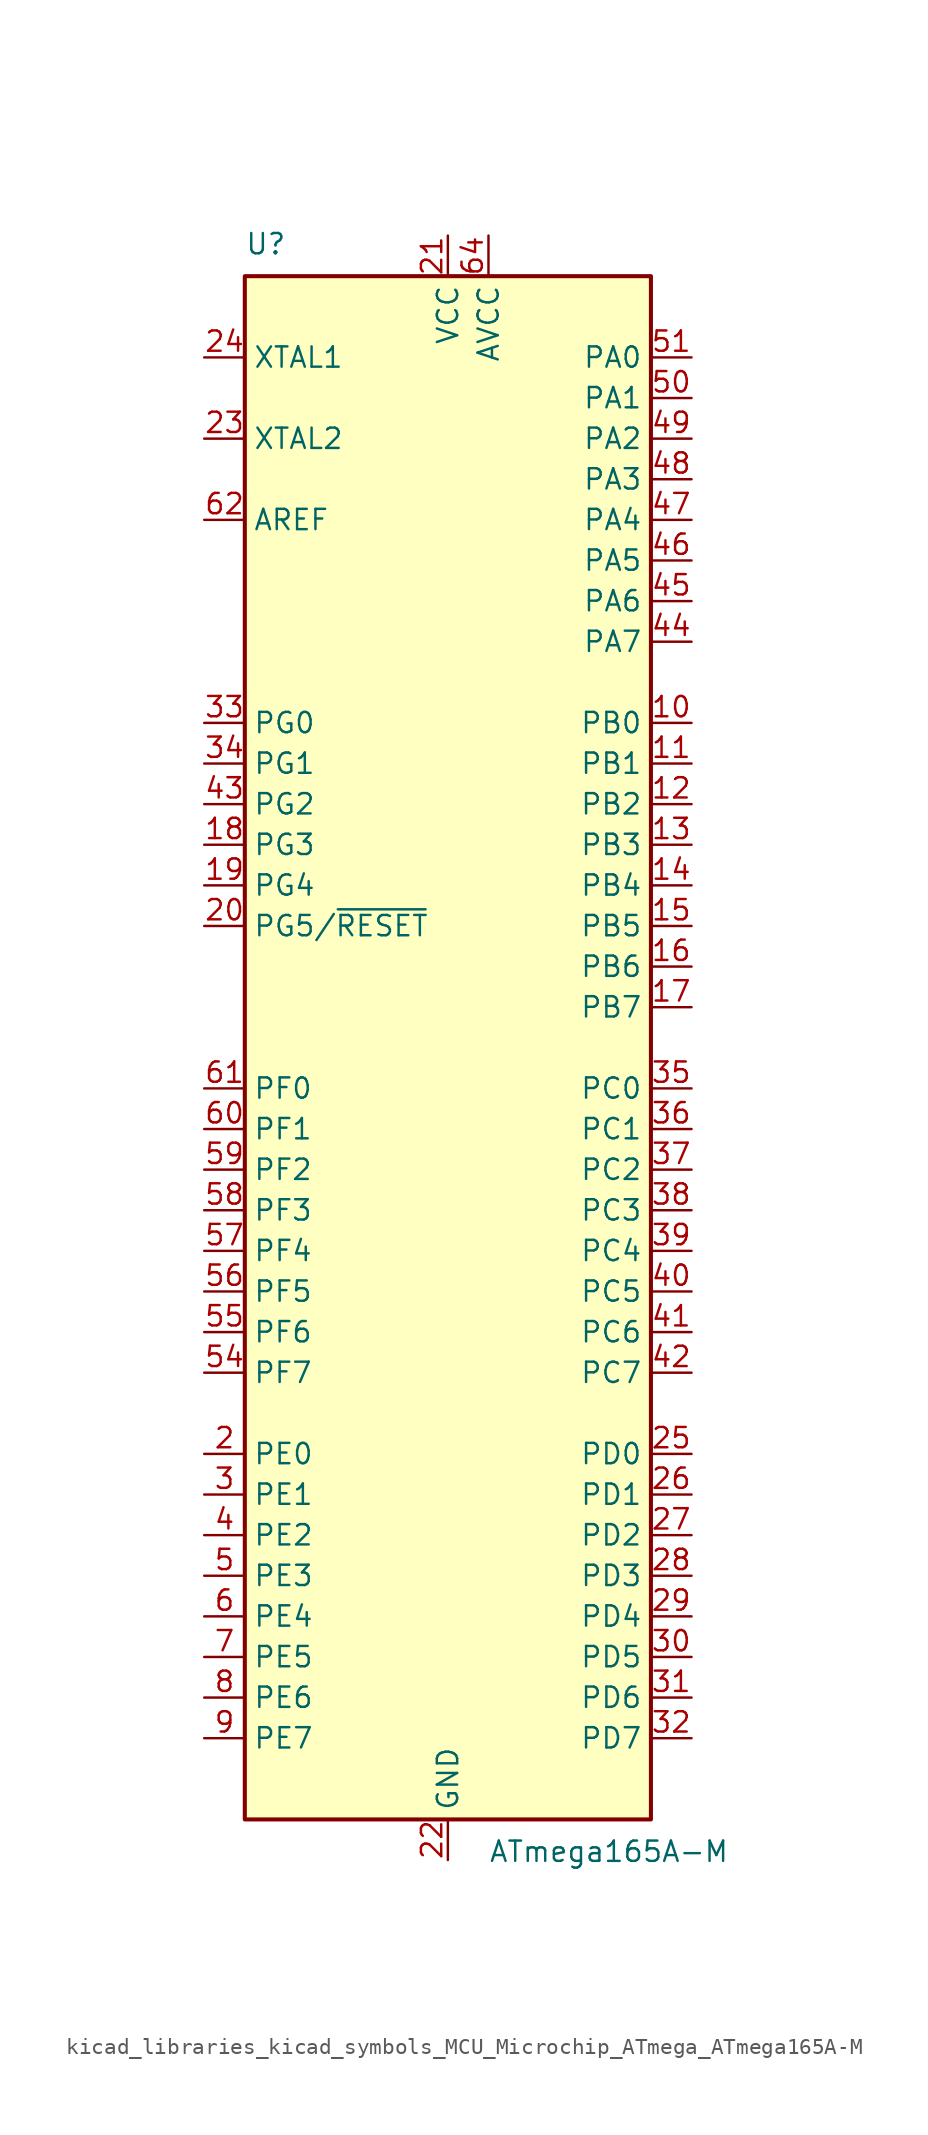
<source format=kicad_sym>
(kicad_symbol_lib
  (version 20220914)
  (generator kicad_symbol_editor)
  (symbol "kicad_libraries_kicad_symbols_MCU_Microchip_ATmega_ATmega165A-M"
    (property "Reference" "U"
      (at -12.7 49.53 0)
      (effects (font (size 1.27 1.27)) (justify left bottom)))
    (property "Value" "ATmega165A-M"
      (at 2.54 -49.53 0)
      (effects (font (size 1.27 1.27)) (justify left top)))
    (symbol "kicad_libraries_kicad_symbols_MCU_Microchip_ATmega_ATmega165A-M_0_1"
      (rectangle (start -12.7 -48.26) (end 12.7 48.26) (stroke (width 0.254) (type default)) (fill (type background))))
    (symbol "kicad_libraries_kicad_symbols_MCU_Microchip_ATmega_ATmega165A-M_1_1"
      (pin no_connect line (at -12.7 -45.72 0) (length 2.54) hide (name "NC" (effects (font (size 1.27 1.27)))) (number "1" (effects (font (size 1.27 1.27)))))
      (pin bidirectional line (at 15.24 20.32 180) (length 2.54) (name "PB0" (effects (font (size 1.27 1.27)))) (number "10" (effects (font (size 1.27 1.27)))))
      (pin bidirectional line (at 15.24 17.78 180) (length 2.54) (name "PB1" (effects (font (size 1.27 1.27)))) (number "11" (effects (font (size 1.27 1.27)))))
      (pin bidirectional line (at 15.24 15.24 180) (length 2.54) (name "PB2" (effects (font (size 1.27 1.27)))) (number "12" (effects (font (size 1.27 1.27)))))
      (pin bidirectional line (at 15.24 12.7 180) (length 2.54) (name "PB3" (effects (font (size 1.27 1.27)))) (number "13" (effects (font (size 1.27 1.27)))))
      (pin bidirectional line (at 15.24 10.16 180) (length 2.54) (name "PB4" (effects (font (size 1.27 1.27)))) (number "14" (effects (font (size 1.27 1.27)))))
      (pin bidirectional line (at 15.24 7.62 180) (length 2.54) (name "PB5" (effects (font (size 1.27 1.27)))) (number "15" (effects (font (size 1.27 1.27)))))
      (pin bidirectional line (at 15.24 5.08 180) (length 2.54) (name "PB6" (effects (font (size 1.27 1.27)))) (number "16" (effects (font (size 1.27 1.27)))))
      (pin bidirectional line (at 15.24 2.54 180) (length 2.54) (name "PB7" (effects (font (size 1.27 1.27)))) (number "17" (effects (font (size 1.27 1.27)))))
      (pin bidirectional line (at -15.24 12.7 0) (length 2.54) (name "PG3" (effects (font (size 1.27 1.27)))) (number "18" (effects (font (size 1.27 1.27)))))
      (pin bidirectional line (at -15.24 10.16 0) (length 2.54) (name "PG4" (effects (font (size 1.27 1.27)))) (number "19" (effects (font (size 1.27 1.27)))))
      (pin bidirectional line (at -15.24 -25.4 0) (length 2.54) (name "PE0" (effects (font (size 1.27 1.27)))) (number "2" (effects (font (size 1.27 1.27)))))
      (pin bidirectional line (at -15.24 7.62 0) (length 2.54) (name "PG5/~{RESET}" (effects (font (size 1.27 1.27)))) (number "20" (effects (font (size 1.27 1.27)))))
      (pin power_in line (at 0 50.8 270) (length 2.54) (name "VCC" (effects (font (size 1.27 1.27)))) (number "21" (effects (font (size 1.27 1.27)))))
      (pin power_in line (at 0 -50.8 90) (length 2.54) (name "GND" (effects (font (size 1.27 1.27)))) (number "22" (effects (font (size 1.27 1.27)))))
      (pin output line (at -15.24 38.1 0) (length 2.54) (name "XTAL2" (effects (font (size 1.27 1.27)))) (number "23" (effects (font (size 1.27 1.27)))))
      (pin input line (at -15.24 43.18 0) (length 2.54) (name "XTAL1" (effects (font (size 1.27 1.27)))) (number "24" (effects (font (size 1.27 1.27)))))
      (pin bidirectional line (at 15.24 -25.4 180) (length 2.54) (name "PD0" (effects (font (size 1.27 1.27)))) (number "25" (effects (font (size 1.27 1.27)))))
      (pin bidirectional line (at 15.24 -27.94 180) (length 2.54) (name "PD1" (effects (font (size 1.27 1.27)))) (number "26" (effects (font (size 1.27 1.27)))))
      (pin bidirectional line (at 15.24 -30.48 180) (length 2.54) (name "PD2" (effects (font (size 1.27 1.27)))) (number "27" (effects (font (size 1.27 1.27)))))
      (pin bidirectional line (at 15.24 -33.02 180) (length 2.54) (name "PD3" (effects (font (size 1.27 1.27)))) (number "28" (effects (font (size 1.27 1.27)))))
      (pin bidirectional line (at 15.24 -35.56 180) (length 2.54) (name "PD4" (effects (font (size 1.27 1.27)))) (number "29" (effects (font (size 1.27 1.27)))))
      (pin bidirectional line (at -15.24 -27.94 0) (length 2.54) (name "PE1" (effects (font (size 1.27 1.27)))) (number "3" (effects (font (size 1.27 1.27)))))
      (pin bidirectional line (at 15.24 -38.1 180) (length 2.54) (name "PD5" (effects (font (size 1.27 1.27)))) (number "30" (effects (font (size 1.27 1.27)))))
      (pin bidirectional line (at 15.24 -40.64 180) (length 2.54) (name "PD6" (effects (font (size 1.27 1.27)))) (number "31" (effects (font (size 1.27 1.27)))))
      (pin bidirectional line (at 15.24 -43.18 180) (length 2.54) (name "PD7" (effects (font (size 1.27 1.27)))) (number "32" (effects (font (size 1.27 1.27)))))
      (pin bidirectional line (at -15.24 20.32 0) (length 2.54) (name "PG0" (effects (font (size 1.27 1.27)))) (number "33" (effects (font (size 1.27 1.27)))))
      (pin bidirectional line (at -15.24 17.78 0) (length 2.54) (name "PG1" (effects (font (size 1.27 1.27)))) (number "34" (effects (font (size 1.27 1.27)))))
      (pin bidirectional line (at 15.24 -2.54 180) (length 2.54) (name "PC0" (effects (font (size 1.27 1.27)))) (number "35" (effects (font (size 1.27 1.27)))))
      (pin bidirectional line (at 15.24 -5.08 180) (length 2.54) (name "PC1" (effects (font (size 1.27 1.27)))) (number "36" (effects (font (size 1.27 1.27)))))
      (pin bidirectional line (at 15.24 -7.62 180) (length 2.54) (name "PC2" (effects (font (size 1.27 1.27)))) (number "37" (effects (font (size 1.27 1.27)))))
      (pin bidirectional line (at 15.24 -10.16 180) (length 2.54) (name "PC3" (effects (font (size 1.27 1.27)))) (number "38" (effects (font (size 1.27 1.27)))))
      (pin bidirectional line (at 15.24 -12.7 180) (length 2.54) (name "PC4" (effects (font (size 1.27 1.27)))) (number "39" (effects (font (size 1.27 1.27)))))
      (pin bidirectional line (at -15.24 -30.48 0) (length 2.54) (name "PE2" (effects (font (size 1.27 1.27)))) (number "4" (effects (font (size 1.27 1.27)))))
      (pin bidirectional line (at 15.24 -15.24 180) (length 2.54) (name "PC5" (effects (font (size 1.27 1.27)))) (number "40" (effects (font (size 1.27 1.27)))))
      (pin bidirectional line (at 15.24 -17.78 180) (length 2.54) (name "PC6" (effects (font (size 1.27 1.27)))) (number "41" (effects (font (size 1.27 1.27)))))
      (pin bidirectional line (at 15.24 -20.32 180) (length 2.54) (name "PC7" (effects (font (size 1.27 1.27)))) (number "42" (effects (font (size 1.27 1.27)))))
      (pin bidirectional line (at -15.24 15.24 0) (length 2.54) (name "PG2" (effects (font (size 1.27 1.27)))) (number "43" (effects (font (size 1.27 1.27)))))
      (pin bidirectional line (at 15.24 25.4 180) (length 2.54) (name "PA7" (effects (font (size 1.27 1.27)))) (number "44" (effects (font (size 1.27 1.27)))))
      (pin bidirectional line (at 15.24 27.94 180) (length 2.54) (name "PA6" (effects (font (size 1.27 1.27)))) (number "45" (effects (font (size 1.27 1.27)))))
      (pin bidirectional line (at 15.24 30.48 180) (length 2.54) (name "PA5" (effects (font (size 1.27 1.27)))) (number "46" (effects (font (size 1.27 1.27)))))
      (pin bidirectional line (at 15.24 33.02 180) (length 2.54) (name "PA4" (effects (font (size 1.27 1.27)))) (number "47" (effects (font (size 1.27 1.27)))))
      (pin bidirectional line (at 15.24 35.56 180) (length 2.54) (name "PA3" (effects (font (size 1.27 1.27)))) (number "48" (effects (font (size 1.27 1.27)))))
      (pin bidirectional line (at 15.24 38.1 180) (length 2.54) (name "PA2" (effects (font (size 1.27 1.27)))) (number "49" (effects (font (size 1.27 1.27)))))
      (pin bidirectional line (at -15.24 -33.02 0) (length 2.54) (name "PE3" (effects (font (size 1.27 1.27)))) (number "5" (effects (font (size 1.27 1.27)))))
      (pin bidirectional line (at 15.24 40.64 180) (length 2.54) (name "PA1" (effects (font (size 1.27 1.27)))) (number "50" (effects (font (size 1.27 1.27)))))
      (pin bidirectional line (at 15.24 43.18 180) (length 2.54) (name "PA0" (effects (font (size 1.27 1.27)))) (number "51" (effects (font (size 1.27 1.27)))))
      (pin passive line (at 0 50.8 270) (length 2.54) hide (name "VCC" (effects (font (size 1.27 1.27)))) (number "52" (effects (font (size 1.27 1.27)))))
      (pin passive line (at 0 -50.8 90) (length 2.54) hide (name "GND" (effects (font (size 1.27 1.27)))) (number "53" (effects (font (size 1.27 1.27)))))
      (pin bidirectional line (at -15.24 -20.32 0) (length 2.54) (name "PF7" (effects (font (size 1.27 1.27)))) (number "54" (effects (font (size 1.27 1.27)))))
      (pin bidirectional line (at -15.24 -17.78 0) (length 2.54) (name "PF6" (effects (font (size 1.27 1.27)))) (number "55" (effects (font (size 1.27 1.27)))))
      (pin bidirectional line (at -15.24 -15.24 0) (length 2.54) (name "PF5" (effects (font (size 1.27 1.27)))) (number "56" (effects (font (size 1.27 1.27)))))
      (pin bidirectional line (at -15.24 -12.7 0) (length 2.54) (name "PF4" (effects (font (size 1.27 1.27)))) (number "57" (effects (font (size 1.27 1.27)))))
      (pin bidirectional line (at -15.24 -10.16 0) (length 2.54) (name "PF3" (effects (font (size 1.27 1.27)))) (number "58" (effects (font (size 1.27 1.27)))))
      (pin bidirectional line (at -15.24 -7.62 0) (length 2.54) (name "PF2" (effects (font (size 1.27 1.27)))) (number "59" (effects (font (size 1.27 1.27)))))
      (pin bidirectional line (at -15.24 -35.56 0) (length 2.54) (name "PE4" (effects (font (size 1.27 1.27)))) (number "6" (effects (font (size 1.27 1.27)))))
      (pin bidirectional line (at -15.24 -5.08 0) (length 2.54) (name "PF1" (effects (font (size 1.27 1.27)))) (number "60" (effects (font (size 1.27 1.27)))))
      (pin bidirectional line (at -15.24 -2.54 0) (length 2.54) (name "PF0" (effects (font (size 1.27 1.27)))) (number "61" (effects (font (size 1.27 1.27)))))
      (pin passive line (at -15.24 33.02 0) (length 2.54) (name "AREF" (effects (font (size 1.27 1.27)))) (number "62" (effects (font (size 1.27 1.27)))))
      (pin passive line (at 0 -50.8 90) (length 2.54) hide (name "GND" (effects (font (size 1.27 1.27)))) (number "63" (effects (font (size 1.27 1.27)))))
      (pin power_in line (at 2.54 50.8 270) (length 2.54) (name "AVCC" (effects (font (size 1.27 1.27)))) (number "64" (effects (font (size 1.27 1.27)))))
      (pin passive line (at 0 -50.8 90) (length 2.54) hide (name "GND" (effects (font (size 1.27 1.27)))) (number "65" (effects (font (size 1.27 1.27)))))
      (pin bidirectional line (at -15.24 -38.1 0) (length 2.54) (name "PE5" (effects (font (size 1.27 1.27)))) (number "7" (effects (font (size 1.27 1.27)))))
      (pin bidirectional line (at -15.24 -40.64 0) (length 2.54) (name "PE6" (effects (font (size 1.27 1.27)))) (number "8" (effects (font (size 1.27 1.27)))))
      (pin bidirectional line (at -15.24 -43.18 0) (length 2.54) (name "PE7" (effects (font (size 1.27 1.27)))) (number "9" (effects (font (size 1.27 1.27))))))))
</source>
